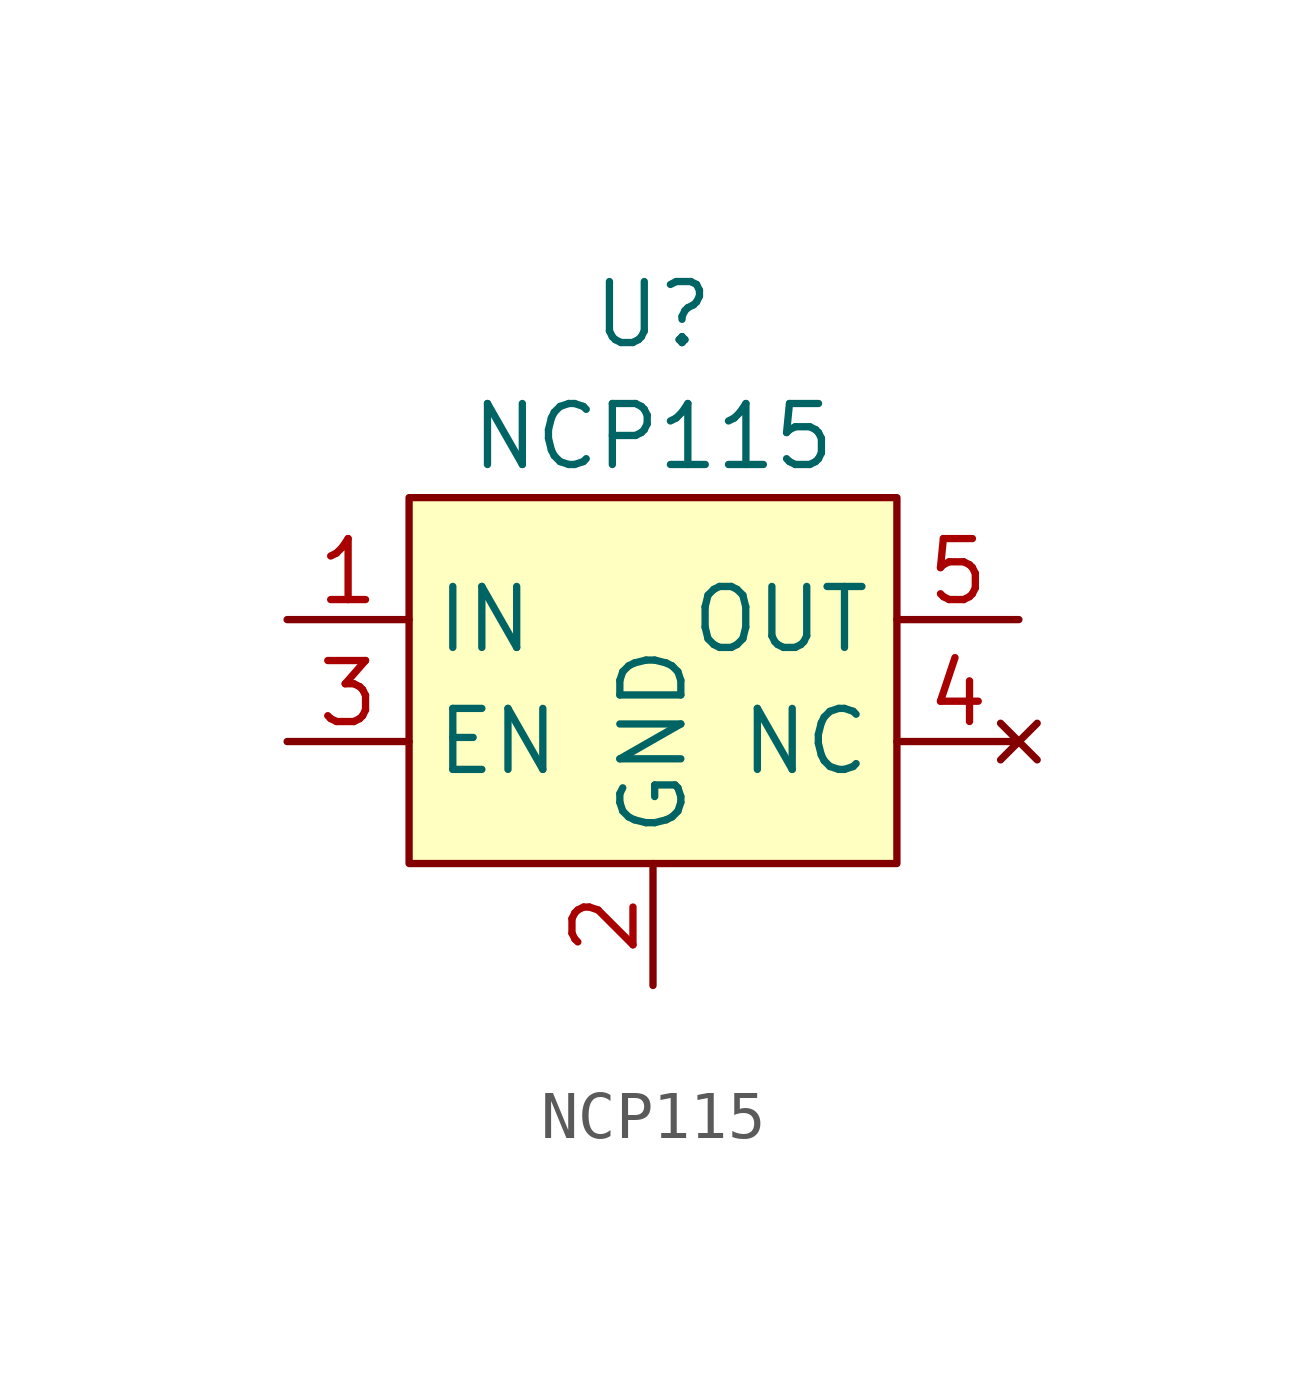
<source format=kicad_sym>
(kicad_symbol_lib
  (version 20211014)
  (generator kicad_symbol_editor)
  (symbol "NCP115"
    (property "Reference" "U"
      (at 0 7.62 0)
      (effects (font (size 1.27 1.27))))
    (property "Value" "NCP115"
      (at 0 5.08 0)
      (effects (font (size 1.27 1.27))))
    (symbol "NCP115_0_1"
      (rectangle (start -5.08 3.81) (end 5.08 -3.81) (stroke (width 0) (type default) (color 0 0 0 0)) (fill (type background))))
    (symbol "NCP115_1_1"
      (pin input line (at -7.62 1.27 0) (length 2.54) (name "IN" (effects (font (size 1.27 1.27)))) (number "1" (effects (font (size 1.27 1.27)))))
      (pin input line (at 0 -6.35 90) (length 2.54) (name "GND" (effects (font (size 1.27 1.27)))) (number "2" (effects (font (size 1.27 1.27)))))
      (pin input line (at -7.62 -1.27 0) (length 2.54) (name "EN" (effects (font (size 1.27 1.27)))) (number "3" (effects (font (size 1.27 1.27)))))
      (pin no_connect line (at 7.62 -1.27 180) (length 2.54) (name "NC" (effects (font (size 1.27 1.27)))) (number "4" (effects (font (size 1.27 1.27)))))
      (pin input line (at 7.62 1.27 180) (length 2.54) (name "OUT" (effects (font (size 1.27 1.27)))) (number "5" (effects (font (size 1.27 1.27))))))))
</source>
